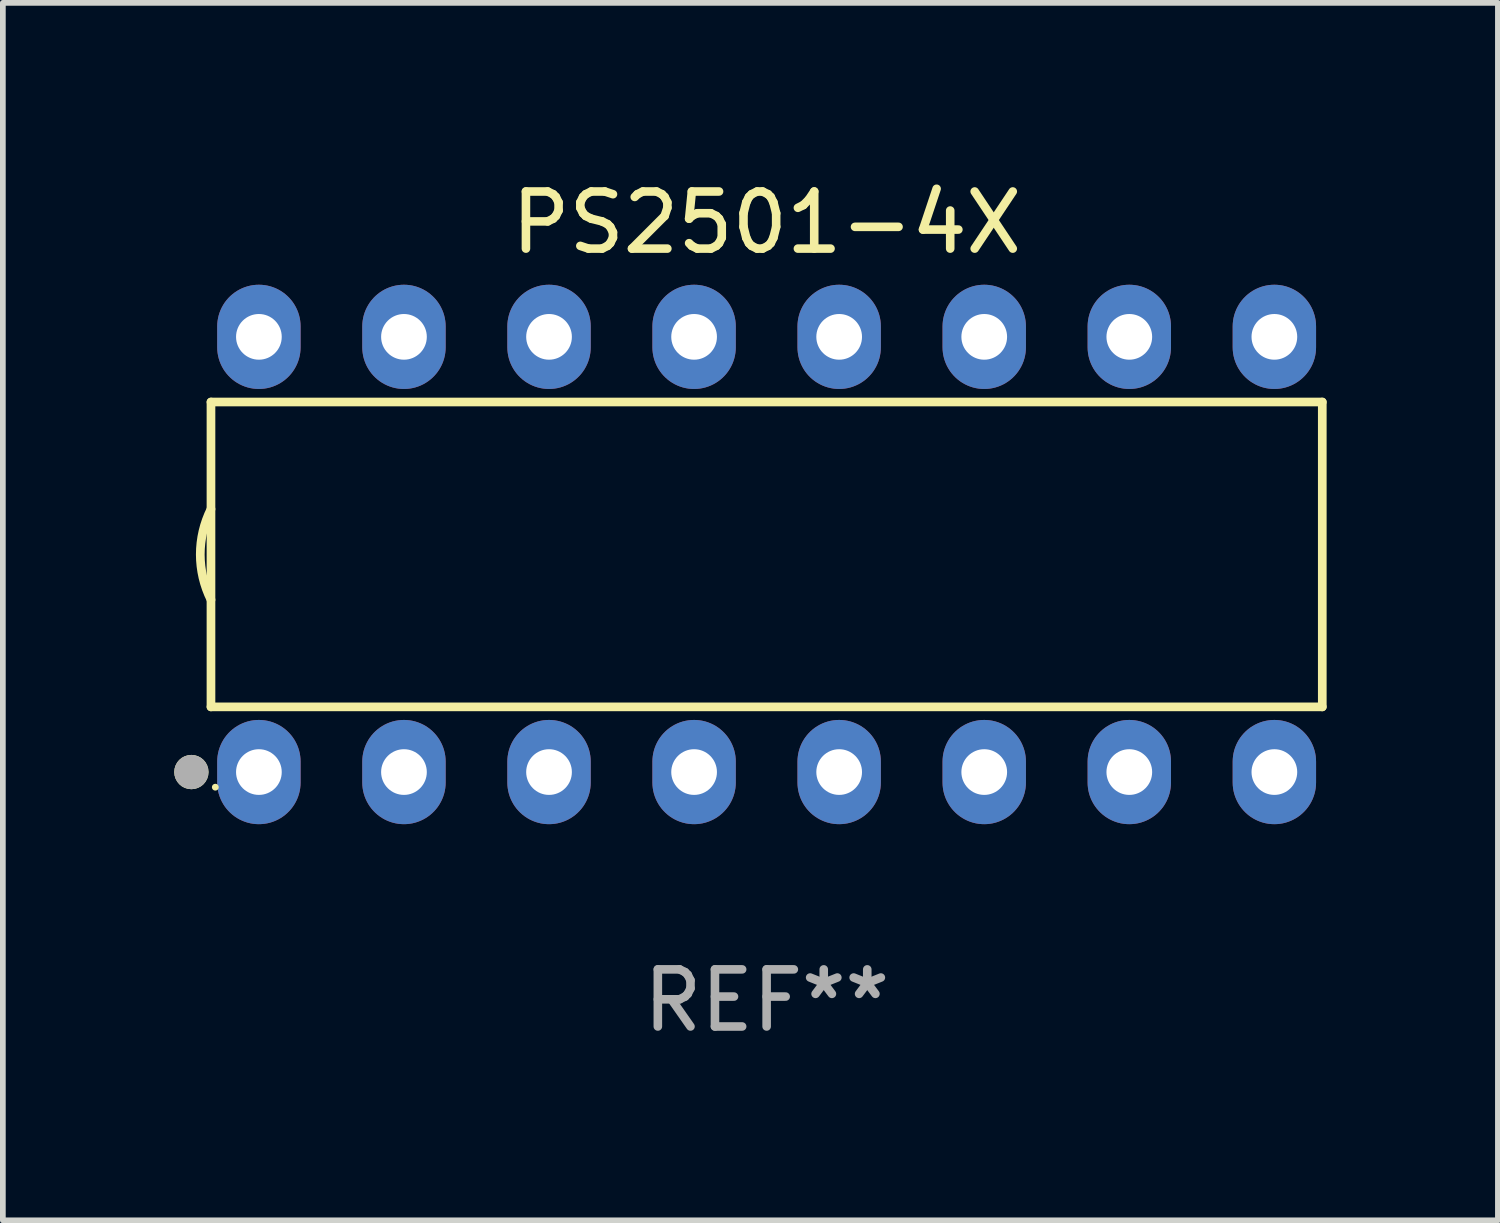
<source format=kicad_pcb>
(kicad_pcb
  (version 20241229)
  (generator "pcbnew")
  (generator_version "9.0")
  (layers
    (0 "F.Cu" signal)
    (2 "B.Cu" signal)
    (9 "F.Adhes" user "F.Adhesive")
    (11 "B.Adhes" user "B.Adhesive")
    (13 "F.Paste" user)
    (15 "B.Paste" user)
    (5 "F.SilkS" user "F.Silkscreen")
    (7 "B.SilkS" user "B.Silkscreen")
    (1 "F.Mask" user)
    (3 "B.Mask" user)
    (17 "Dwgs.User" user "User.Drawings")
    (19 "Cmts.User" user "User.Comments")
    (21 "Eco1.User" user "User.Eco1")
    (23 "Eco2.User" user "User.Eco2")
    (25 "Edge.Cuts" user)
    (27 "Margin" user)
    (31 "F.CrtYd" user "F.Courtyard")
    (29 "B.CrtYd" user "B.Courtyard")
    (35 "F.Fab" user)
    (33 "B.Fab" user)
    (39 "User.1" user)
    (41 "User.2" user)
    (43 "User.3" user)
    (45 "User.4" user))
  (footprint "PS2501-4X"
    (layer "F.Cu")
    (at 10.373 6.658)
    (property "Reference" "PS2501-4X" (at 0 -5.81 0) (layer "F.SilkS") (effects (font (size 1 1) (thickness 0.15))))
    (attr through_hole)
    (fp_line (start -9.729 -2.669) (end 9.729 -2.669) (stroke (width 0.152) (type solid)) (layer "F.SilkS"))
    (fp_line (start -9.729 2.669) (end -9.729 -2.669) (stroke (width 0.152) (type solid)) (layer "F.SilkS"))
    (fp_line (start 9.729 -2.669) (end 9.729 2.669) (stroke (width 0.152) (type solid)) (layer "F.SilkS"))
    (fp_line (start 9.729 2.669) (end -9.729 2.669) (stroke (width 0.152) (type solid)) (layer "F.SilkS"))
    (fp_arc (start -9.728727 0.793751) (mid -9.916106 0) (end -9.728727 -0.793752) (stroke (width 0.1524) (type solid)) (layer "F.SilkS"))
    (fp_circle (center -10.072 3.81) (end -9.922 3.81) (stroke (width 0.3) (type solid)) (fill no) (layer "F.SilkS"))
    (fp_circle (center -9.653 4.075) (end -9.623 4.075) (stroke (width 0.06) (type solid)) (fill no) (layer "F.SilkS"))
    (fp_circle (center -10.072 3.81) (end -9.922 3.81) (stroke (width 0.3) (type solid)) (fill no) (layer "F.Fab"))
    (fp_text user "REF**" (at 0 7.81 0) (layer "F.Fab") (effects (font (size 1 1) (thickness 0.15))))
    (pad "1" thru_hole oval (at -8.89 3.81) (size 1.46 1.825) (drill 0.8) (layers "*.Cu" "*.Mask"))
    (pad "2" thru_hole oval (at -6.35 3.81) (size 1.46 1.825) (drill 0.8) (layers "*.Cu" "*.Mask"))
    (pad "3" thru_hole oval (at -3.81 3.81) (size 1.46 1.825) (drill 0.8) (layers "*.Cu" "*.Mask"))
    (pad "4" thru_hole oval (at -1.27 3.81) (size 1.46 1.825) (drill 0.8) (layers "*.Cu" "*.Mask"))
    (pad "5" thru_hole oval (at 1.27 3.81) (size 1.46 1.825) (drill 0.8) (layers "*.Cu" "*.Mask"))
    (pad "6" thru_hole oval (at 3.81 3.81) (size 1.46 1.825) (drill 0.8) (layers "*.Cu" "*.Mask"))
    (pad "7" thru_hole oval (at 6.35 3.81) (size 1.46 1.825) (drill 0.8) (layers "*.Cu" "*.Mask"))
    (pad "8" thru_hole oval (at 8.89 3.81) (size 1.46 1.825) (drill 0.8) (layers "*.Cu" "*.Mask"))
    (pad "9" thru_hole oval (at 8.89 -3.81) (size 1.46 1.825) (drill 0.8) (layers "*.Cu" "*.Mask"))
    (pad "10" thru_hole oval (at 6.35 -3.81) (size 1.46 1.825) (drill 0.8) (layers "*.Cu" "*.Mask"))
    (pad "11" thru_hole oval (at 3.81 -3.81) (size 1.46 1.825) (drill 0.8) (layers "*.Cu" "*.Mask"))
    (pad "12" thru_hole oval (at 1.27 -3.81) (size 1.46 1.825) (drill 0.8) (layers "*.Cu" "*.Mask"))
    (pad "13" thru_hole oval (at -1.27 -3.81) (size 1.46 1.825) (drill 0.8) (layers "*.Cu" "*.Mask"))
    (pad "14" thru_hole oval (at -3.81 -3.81) (size 1.46 1.825) (drill 0.8) (layers "*.Cu" "*.Mask"))
    (pad "15" thru_hole oval (at -6.35 -3.81) (size 1.46 1.825) (drill 0.8) (layers "*.Cu" "*.Mask"))
    (pad "16" thru_hole oval (at -8.89 -3.81) (size 1.46 1.825) (drill 0.8) (layers "*.Cu" "*.Mask")))
  (gr_rect
    (start -3 -3)
    (end 23.177 18.317)
    (stroke (width 0.1) (type default))
    (fill no)
    (layer "Edge.Cuts")))
</source>
